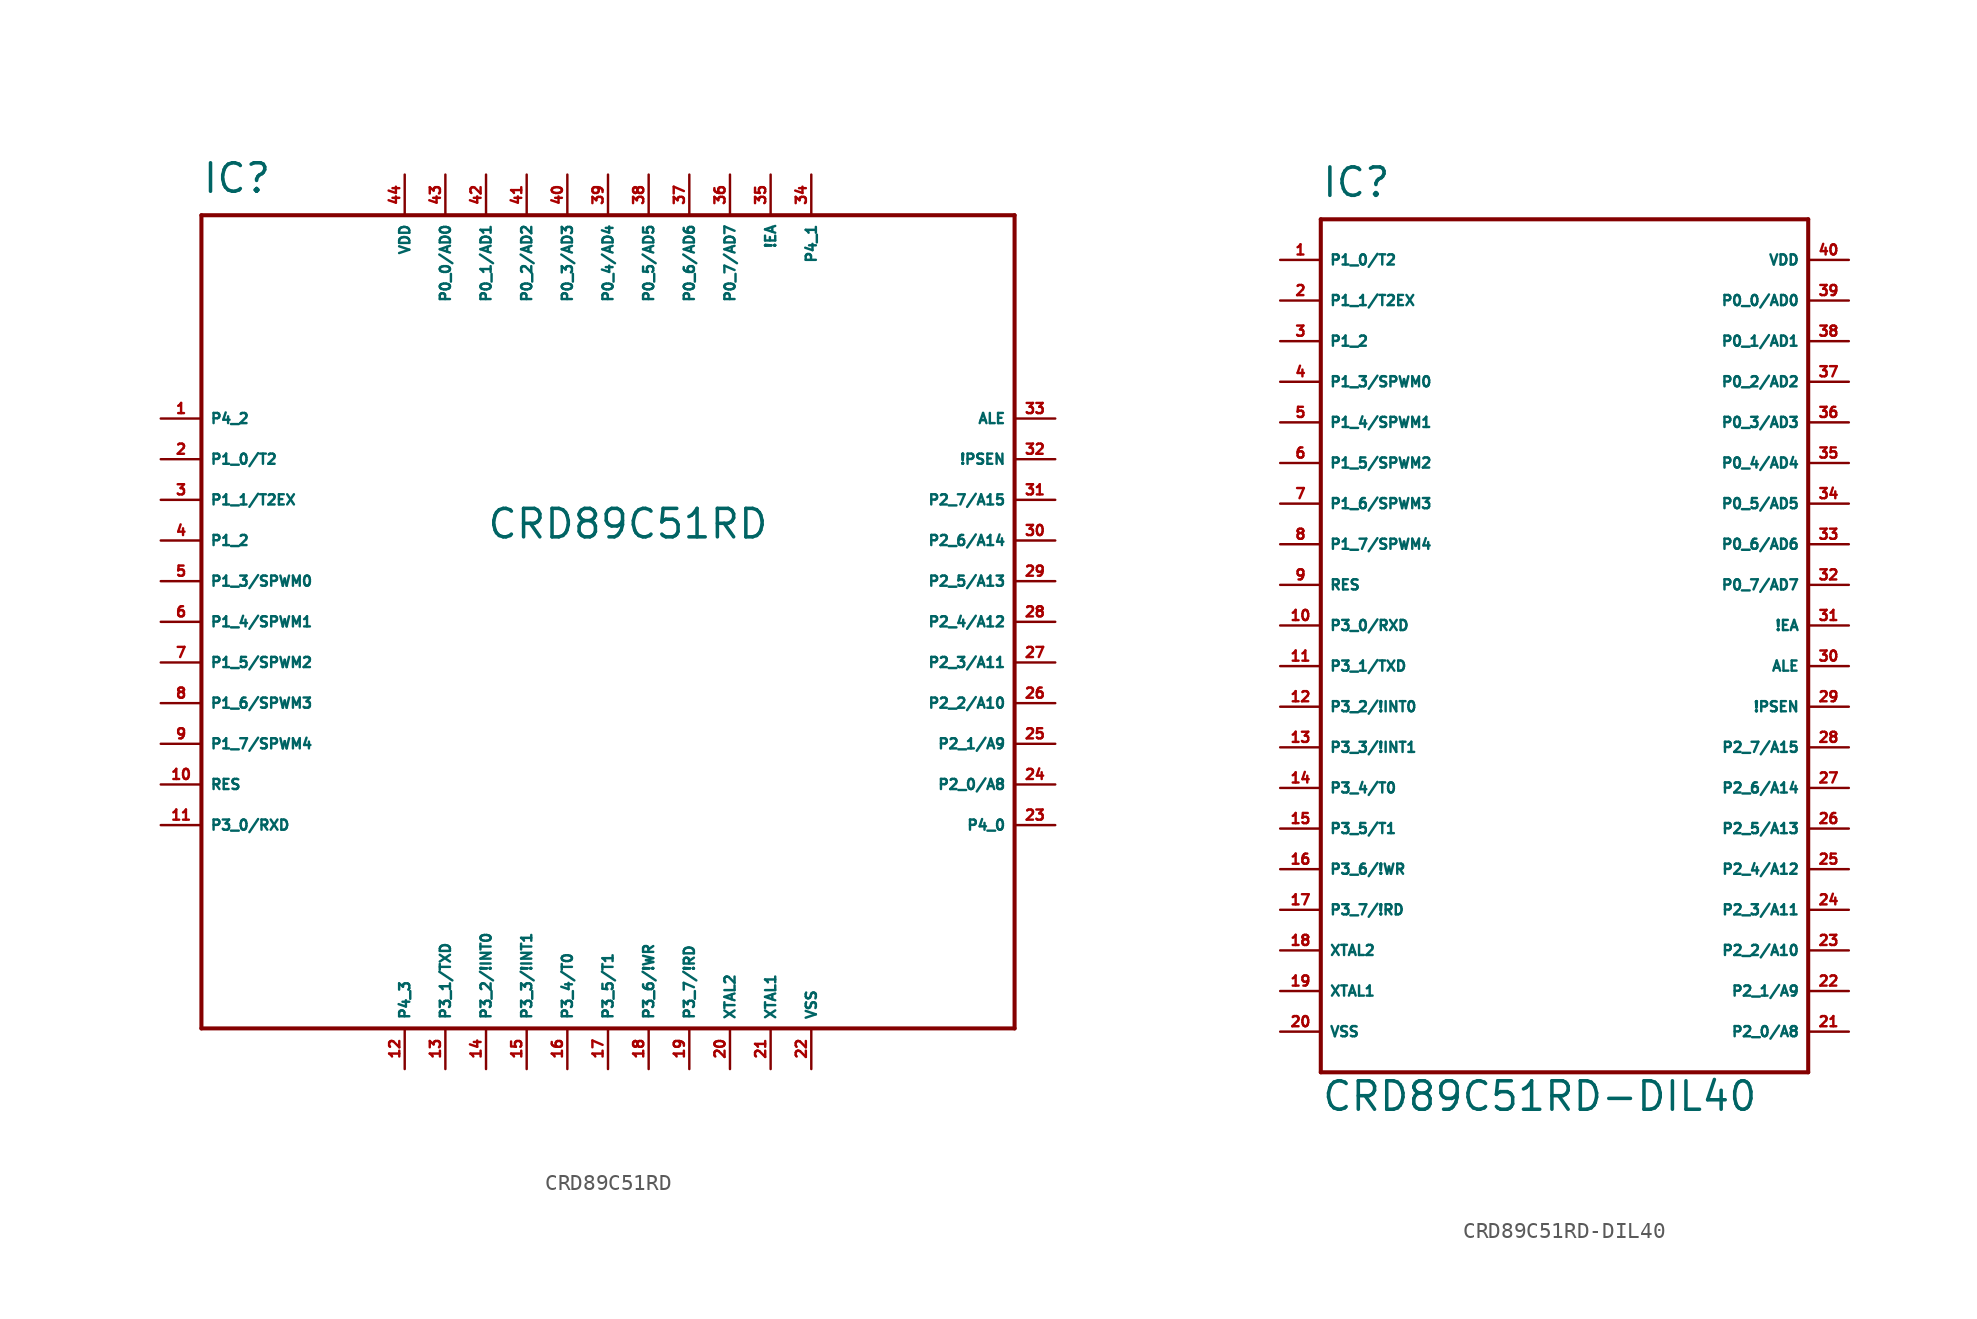
<source format=kicad_sym>
(kicad_symbol_lib
  (version 20220914)
  (generator Eagle2Kicad)
  (symbol "CRD89C51RD"
    (property "Reference" "IC"
      (at -25.4 26.67 0)
      (effects (font (size 1.778 1.778) (thickness 0.22)) (justify left bottom)))
    (property "Value" "CRD89C51RD"
      (at -7.62 5.08 0)
      (effects (font (size 1.778 1.778) (thickness 0.22)) (justify left bottom)))
    (polyline
      (pts (xy -25.4 -25.4) (xy 25.4 -25.4))
      (stroke (width 0.254) (type default))
      (fill (type none)))
    (polyline
      (pts (xy 25.4 -25.4) (xy 25.4 25.4))
      (stroke (width 0.254) (type default))
      (fill (type none)))
    (polyline
      (pts (xy 25.4 25.4) (xy -25.4 25.4))
      (stroke (width 0.254) (type default))
      (fill (type none)))
    (polyline
      (pts (xy -25.4 25.4) (xy -25.4 -25.4))
      (stroke (width 0.254) (type default))
      (fill (type none)))
    (pin bidirectional line
      (at -27.94 12.7 0)
      (length 2.54)
      (name "P4_2" (effects (font (size 0.635 0.635) (thickness 0.08)) (justify left bottom)))
      (number "1" (effects (font (size 0.635 0.635) (thickness 0.08)) (justify left bottom))))
    (pin bidirectional line
      (at -27.94 10.16 0)
      (length 2.54)
      (name "P1_0/T2" (effects (font (size 0.635 0.635) (thickness 0.08)) (justify left bottom)))
      (number "2" (effects (font (size 0.635 0.635) (thickness 0.08)) (justify left bottom))))
    (pin bidirectional line
      (at -27.94 7.62 0)
      (length 2.54)
      (name "P1_1/T2EX" (effects (font (size 0.635 0.635) (thickness 0.08)) (justify left bottom)))
      (number "3" (effects (font (size 0.635 0.635) (thickness 0.08)) (justify left bottom))))
    (pin bidirectional line
      (at -27.94 5.08 0)
      (length 2.54)
      (name "P1_2" (effects (font (size 0.635 0.635) (thickness 0.08)) (justify left bottom)))
      (number "4" (effects (font (size 0.635 0.635) (thickness 0.08)) (justify left bottom))))
    (pin bidirectional line
      (at -27.94 2.54 0)
      (length 2.54)
      (name "P1_3/SPWM0" (effects (font (size 0.635 0.635) (thickness 0.08)) (justify left bottom)))
      (number "5" (effects (font (size 0.635 0.635) (thickness 0.08)) (justify left bottom))))
    (pin bidirectional line
      (at -27.94 0 0)
      (length 2.54)
      (name "P1_4/SPWM1" (effects (font (size 0.635 0.635) (thickness 0.08)) (justify left bottom)))
      (number "6" (effects (font (size 0.635 0.635) (thickness 0.08)) (justify left bottom))))
    (pin bidirectional line
      (at -27.94 -2.54 0)
      (length 2.54)
      (name "P1_5/SPWM2" (effects (font (size 0.635 0.635) (thickness 0.08)) (justify left bottom)))
      (number "7" (effects (font (size 0.635 0.635) (thickness 0.08)) (justify left bottom))))
    (pin bidirectional line
      (at -27.94 -5.08 0)
      (length 2.54)
      (name "P1_6/SPWM3" (effects (font (size 0.635 0.635) (thickness 0.08)) (justify left bottom)))
      (number "8" (effects (font (size 0.635 0.635) (thickness 0.08)) (justify left bottom))))
    (pin bidirectional line
      (at -27.94 -7.62 0)
      (length 2.54)
      (name "P1_7/SPWM4" (effects (font (size 0.635 0.635) (thickness 0.08)) (justify left bottom)))
      (number "9" (effects (font (size 0.635 0.635) (thickness 0.08)) (justify left bottom))))
    (pin input line
      (at -27.94 -10.16 0)
      (length 2.54)
      (name "RES" (effects (font (size 0.635 0.635) (thickness 0.08)) (justify left bottom)))
      (number "10" (effects (font (size 0.635 0.635) (thickness 0.08)) (justify left bottom))))
    (pin bidirectional line
      (at -27.94 -12.7 0)
      (length 2.54)
      (name "P3_0/RXD" (effects (font (size 0.635 0.635) (thickness 0.08)) (justify left bottom)))
      (number "11" (effects (font (size 0.635 0.635) (thickness 0.08)) (justify left bottom))))
    (pin bidirectional line
      (at -12.7 -27.94 90)
      (length 2.54)
      (name "P4_3" (effects (font (size 0.635 0.635) (thickness 0.08)) (justify left bottom)))
      (number "12" (effects (font (size 0.635 0.635) (thickness 0.08)) (justify left bottom))))
    (pin bidirectional line
      (at -10.16 -27.94 90)
      (length 2.54)
      (name "P3_1/TXD" (effects (font (size 0.635 0.635) (thickness 0.08)) (justify left bottom)))
      (number "13" (effects (font (size 0.635 0.635) (thickness 0.08)) (justify left bottom))))
    (pin bidirectional line
      (at -7.62 -27.94 90)
      (length 2.54)
      (name "P3_2/!INT0" (effects (font (size 0.635 0.635) (thickness 0.08)) (justify left bottom)))
      (number "14" (effects (font (size 0.635 0.635) (thickness 0.08)) (justify left bottom))))
    (pin bidirectional line
      (at -5.08 -27.94 90)
      (length 2.54)
      (name "P3_3/!INT1" (effects (font (size 0.635 0.635) (thickness 0.08)) (justify left bottom)))
      (number "15" (effects (font (size 0.635 0.635) (thickness 0.08)) (justify left bottom))))
    (pin bidirectional line
      (at -2.54 -27.94 90)
      (length 2.54)
      (name "P3_4/T0" (effects (font (size 0.635 0.635) (thickness 0.08)) (justify left bottom)))
      (number "16" (effects (font (size 0.635 0.635) (thickness 0.08)) (justify left bottom))))
    (pin bidirectional line
      (at 0 -27.94 90)
      (length 2.54)
      (name "P3_5/T1" (effects (font (size 0.635 0.635) (thickness 0.08)) (justify left bottom)))
      (number "17" (effects (font (size 0.635 0.635) (thickness 0.08)) (justify left bottom))))
    (pin bidirectional line
      (at 2.54 -27.94 90)
      (length 2.54)
      (name "P3_6/!WR" (effects (font (size 0.635 0.635) (thickness 0.08)) (justify left bottom)))
      (number "18" (effects (font (size 0.635 0.635) (thickness 0.08)) (justify left bottom))))
    (pin bidirectional line
      (at 5.08 -27.94 90)
      (length 2.54)
      (name "P3_7/!RD" (effects (font (size 0.635 0.635) (thickness 0.08)) (justify left bottom)))
      (number "19" (effects (font (size 0.635 0.635) (thickness 0.08)) (justify left bottom))))
    (pin output line
      (at 7.62 -27.94 90)
      (length 2.54)
      (name "XTAL2" (effects (font (size 0.635 0.635) (thickness 0.08)) (justify left bottom)))
      (number "20" (effects (font (size 0.635 0.635) (thickness 0.08)) (justify left bottom))))
    (pin input line
      (at 10.16 -27.94 90)
      (length 2.54)
      (name "XTAL1" (effects (font (size 0.635 0.635) (thickness 0.08)) (justify left bottom)))
      (number "21" (effects (font (size 0.635 0.635) (thickness 0.08)) (justify left bottom))))
    (pin unspecified line
      (at 12.7 -27.94 90)
      (length 2.54)
      (name "VSS" (effects (font (size 0.635 0.635) (thickness 0.08)) (justify left bottom)))
      (number "22" (effects (font (size 0.635 0.635) (thickness 0.08)) (justify left bottom))))
    (pin bidirectional line
      (at 27.94 -12.7 180)
      (length 2.54)
      (name "P4_0" (effects (font (size 0.635 0.635) (thickness 0.08)) (justify left bottom)))
      (number "23" (effects (font (size 0.635 0.635) (thickness 0.08)) (justify left bottom))))
    (pin bidirectional line
      (at 27.94 -10.16 180)
      (length 2.54)
      (name "P2_0/A8" (effects (font (size 0.635 0.635) (thickness 0.08)) (justify left bottom)))
      (number "24" (effects (font (size 0.635 0.635) (thickness 0.08)) (justify left bottom))))
    (pin bidirectional line
      (at 27.94 -7.62 180)
      (length 2.54)
      (name "P2_1/A9" (effects (font (size 0.635 0.635) (thickness 0.08)) (justify left bottom)))
      (number "25" (effects (font (size 0.635 0.635) (thickness 0.08)) (justify left bottom))))
    (pin bidirectional line
      (at 27.94 -5.08 180)
      (length 2.54)
      (name "P2_2/A10" (effects (font (size 0.635 0.635) (thickness 0.08)) (justify left bottom)))
      (number "26" (effects (font (size 0.635 0.635) (thickness 0.08)) (justify left bottom))))
    (pin bidirectional line
      (at 27.94 -2.54 180)
      (length 2.54)
      (name "P2_3/A11" (effects (font (size 0.635 0.635) (thickness 0.08)) (justify left bottom)))
      (number "27" (effects (font (size 0.635 0.635) (thickness 0.08)) (justify left bottom))))
    (pin bidirectional line
      (at 27.94 0 180)
      (length 2.54)
      (name "P2_4/A12" (effects (font (size 0.635 0.635) (thickness 0.08)) (justify left bottom)))
      (number "28" (effects (font (size 0.635 0.635) (thickness 0.08)) (justify left bottom))))
    (pin bidirectional line
      (at 27.94 2.54 180)
      (length 2.54)
      (name "P2_5/A13" (effects (font (size 0.635 0.635) (thickness 0.08)) (justify left bottom)))
      (number "29" (effects (font (size 0.635 0.635) (thickness 0.08)) (justify left bottom))))
    (pin bidirectional line
      (at 27.94 5.08 180)
      (length 2.54)
      (name "P2_6/A14" (effects (font (size 0.635 0.635) (thickness 0.08)) (justify left bottom)))
      (number "30" (effects (font (size 0.635 0.635) (thickness 0.08)) (justify left bottom))))
    (pin bidirectional line
      (at 27.94 7.62 180)
      (length 2.54)
      (name "P2_7/A15" (effects (font (size 0.635 0.635) (thickness 0.08)) (justify left bottom)))
      (number "31" (effects (font (size 0.635 0.635) (thickness 0.08)) (justify left bottom))))
    (pin output line
      (at 27.94 10.16 180)
      (length 2.54)
      (name "!PSEN" (effects (font (size 0.635 0.635) (thickness 0.08)) (justify left bottom)))
      (number "32" (effects (font (size 0.635 0.635) (thickness 0.08)) (justify left bottom))))
    (pin output line
      (at 27.94 12.7 180)
      (length 2.54)
      (name "ALE" (effects (font (size 0.635 0.635) (thickness 0.08)) (justify left bottom)))
      (number "33" (effects (font (size 0.635 0.635) (thickness 0.08)) (justify left bottom))))
    (pin bidirectional line
      (at 12.7 27.94 270)
      (length 2.54)
      (name "P4_1" (effects (font (size 0.635 0.635) (thickness 0.08)) (justify left bottom)))
      (number "34" (effects (font (size 0.635 0.635) (thickness 0.08)) (justify left bottom))))
    (pin input line
      (at 10.16 27.94 270)
      (length 2.54)
      (name "!EA" (effects (font (size 0.635 0.635) (thickness 0.08)) (justify left bottom)))
      (number "35" (effects (font (size 0.635 0.635) (thickness 0.08)) (justify left bottom))))
    (pin bidirectional line
      (at 7.62 27.94 270)
      (length 2.54)
      (name "P0_7/AD7" (effects (font (size 0.635 0.635) (thickness 0.08)) (justify left bottom)))
      (number "36" (effects (font (size 0.635 0.635) (thickness 0.08)) (justify left bottom))))
    (pin bidirectional line
      (at 5.08 27.94 270)
      (length 2.54)
      (name "P0_6/AD6" (effects (font (size 0.635 0.635) (thickness 0.08)) (justify left bottom)))
      (number "37" (effects (font (size 0.635 0.635) (thickness 0.08)) (justify left bottom))))
    (pin bidirectional line
      (at 2.54 27.94 270)
      (length 2.54)
      (name "P0_5/AD5" (effects (font (size 0.635 0.635) (thickness 0.08)) (justify left bottom)))
      (number "38" (effects (font (size 0.635 0.635) (thickness 0.08)) (justify left bottom))))
    (pin bidirectional line
      (at 0 27.94 270)
      (length 2.54)
      (name "P0_4/AD4" (effects (font (size 0.635 0.635) (thickness 0.08)) (justify left bottom)))
      (number "39" (effects (font (size 0.635 0.635) (thickness 0.08)) (justify left bottom))))
    (pin bidirectional line
      (at -2.54 27.94 270)
      (length 2.54)
      (name "P0_3/AD3" (effects (font (size 0.635 0.635) (thickness 0.08)) (justify left bottom)))
      (number "40" (effects (font (size 0.635 0.635) (thickness 0.08)) (justify left bottom))))
    (pin bidirectional line
      (at -5.08 27.94 270)
      (length 2.54)
      (name "P0_2/AD2" (effects (font (size 0.635 0.635) (thickness 0.08)) (justify left bottom)))
      (number "41" (effects (font (size 0.635 0.635) (thickness 0.08)) (justify left bottom))))
    (pin bidirectional line
      (at -7.62 27.94 270)
      (length 2.54)
      (name "P0_1/AD1" (effects (font (size 0.635 0.635) (thickness 0.08)) (justify left bottom)))
      (number "42" (effects (font (size 0.635 0.635) (thickness 0.08)) (justify left bottom))))
    (pin bidirectional line
      (at -10.16 27.94 270)
      (length 2.54)
      (name "P0_0/AD0" (effects (font (size 0.635 0.635) (thickness 0.08)) (justify left bottom)))
      (number "43" (effects (font (size 0.635 0.635) (thickness 0.08)) (justify left bottom))))
    (pin unspecified line
      (at -12.7 27.94 270)
      (length 2.54)
      (name "VDD" (effects (font (size 0.635 0.635) (thickness 0.08)) (justify left bottom)))
      (number "44" (effects (font (size 0.635 0.635) (thickness 0.08)) (justify left bottom)))))
  (symbol "CRD89C51RD-DIL40"
    (property "Reference" "IC"
      (at -15.24 26.67 0)
      (effects (font (size 1.778 1.778) (thickness 0.22)) (justify left bottom)))
    (property "Value" "CRD89C51RD-DIL40"
      (at -15.24 -30.48 0)
      (effects (font (size 1.778 1.778) (thickness 0.22)) (justify left bottom)))
    (polyline
      (pts (xy -15.24 -27.94) (xy 15.24 -27.94))
      (stroke (width 0.254) (type default))
      (fill (type none)))
    (polyline
      (pts (xy 15.24 -27.94) (xy 15.24 25.4))
      (stroke (width 0.254) (type default))
      (fill (type none)))
    (polyline
      (pts (xy 15.24 25.4) (xy -15.24 25.4))
      (stroke (width 0.254) (type default))
      (fill (type none)))
    (polyline
      (pts (xy -15.24 25.4) (xy -15.24 -27.94))
      (stroke (width 0.254) (type default))
      (fill (type none)))
    (pin bidirectional line
      (at -17.78 22.86 0)
      (length 2.54)
      (name "P1_0/T2" (effects (font (size 0.635 0.635) (thickness 0.08)) (justify left bottom)))
      (number "1" (effects (font (size 0.635 0.635) (thickness 0.08)) (justify left bottom))))
    (pin bidirectional line
      (at -17.78 20.32 0)
      (length 2.54)
      (name "P1_1/T2EX" (effects (font (size 0.635 0.635) (thickness 0.08)) (justify left bottom)))
      (number "2" (effects (font (size 0.635 0.635) (thickness 0.08)) (justify left bottom))))
    (pin bidirectional line
      (at -17.78 17.78 0)
      (length 2.54)
      (name "P1_2" (effects (font (size 0.635 0.635) (thickness 0.08)) (justify left bottom)))
      (number "3" (effects (font (size 0.635 0.635) (thickness 0.08)) (justify left bottom))))
    (pin bidirectional line
      (at -17.78 15.24 0)
      (length 2.54)
      (name "P1_3/SPWM0" (effects (font (size 0.635 0.635) (thickness 0.08)) (justify left bottom)))
      (number "4" (effects (font (size 0.635 0.635) (thickness 0.08)) (justify left bottom))))
    (pin bidirectional line
      (at -17.78 12.7 0)
      (length 2.54)
      (name "P1_4/SPWM1" (effects (font (size 0.635 0.635) (thickness 0.08)) (justify left bottom)))
      (number "5" (effects (font (size 0.635 0.635) (thickness 0.08)) (justify left bottom))))
    (pin bidirectional line
      (at -17.78 10.16 0)
      (length 2.54)
      (name "P1_5/SPWM2" (effects (font (size 0.635 0.635) (thickness 0.08)) (justify left bottom)))
      (number "6" (effects (font (size 0.635 0.635) (thickness 0.08)) (justify left bottom))))
    (pin bidirectional line
      (at -17.78 7.62 0)
      (length 2.54)
      (name "P1_6/SPWM3" (effects (font (size 0.635 0.635) (thickness 0.08)) (justify left bottom)))
      (number "7" (effects (font (size 0.635 0.635) (thickness 0.08)) (justify left bottom))))
    (pin bidirectional line
      (at -17.78 5.08 0)
      (length 2.54)
      (name "P1_7/SPWM4" (effects (font (size 0.635 0.635) (thickness 0.08)) (justify left bottom)))
      (number "8" (effects (font (size 0.635 0.635) (thickness 0.08)) (justify left bottom))))
    (pin input line
      (at -17.78 2.54 0)
      (length 2.54)
      (name "RES" (effects (font (size 0.635 0.635) (thickness 0.08)) (justify left bottom)))
      (number "9" (effects (font (size 0.635 0.635) (thickness 0.08)) (justify left bottom))))
    (pin bidirectional line
      (at -17.78 0 0)
      (length 2.54)
      (name "P3_0/RXD" (effects (font (size 0.635 0.635) (thickness 0.08)) (justify left bottom)))
      (number "10" (effects (font (size 0.635 0.635) (thickness 0.08)) (justify left bottom))))
    (pin bidirectional line
      (at -17.78 -2.54 0)
      (length 2.54)
      (name "P3_1/TXD" (effects (font (size 0.635 0.635) (thickness 0.08)) (justify left bottom)))
      (number "11" (effects (font (size 0.635 0.635) (thickness 0.08)) (justify left bottom))))
    (pin bidirectional line
      (at -17.78 -5.08 0)
      (length 2.54)
      (name "P3_2/!INT0" (effects (font (size 0.635 0.635) (thickness 0.08)) (justify left bottom)))
      (number "12" (effects (font (size 0.635 0.635) (thickness 0.08)) (justify left bottom))))
    (pin bidirectional line
      (at -17.78 -7.62 0)
      (length 2.54)
      (name "P3_3/!INT1" (effects (font (size 0.635 0.635) (thickness 0.08)) (justify left bottom)))
      (number "13" (effects (font (size 0.635 0.635) (thickness 0.08)) (justify left bottom))))
    (pin bidirectional line
      (at -17.78 -10.16 0)
      (length 2.54)
      (name "P3_4/T0" (effects (font (size 0.635 0.635) (thickness 0.08)) (justify left bottom)))
      (number "14" (effects (font (size 0.635 0.635) (thickness 0.08)) (justify left bottom))))
    (pin bidirectional line
      (at -17.78 -12.7 0)
      (length 2.54)
      (name "P3_5/T1" (effects (font (size 0.635 0.635) (thickness 0.08)) (justify left bottom)))
      (number "15" (effects (font (size 0.635 0.635) (thickness 0.08)) (justify left bottom))))
    (pin bidirectional line
      (at -17.78 -15.24 0)
      (length 2.54)
      (name "P3_6/!WR" (effects (font (size 0.635 0.635) (thickness 0.08)) (justify left bottom)))
      (number "16" (effects (font (size 0.635 0.635) (thickness 0.08)) (justify left bottom))))
    (pin bidirectional line
      (at -17.78 -17.78 0)
      (length 2.54)
      (name "P3_7/!RD" (effects (font (size 0.635 0.635) (thickness 0.08)) (justify left bottom)))
      (number "17" (effects (font (size 0.635 0.635) (thickness 0.08)) (justify left bottom))))
    (pin output line
      (at -17.78 -20.32 0)
      (length 2.54)
      (name "XTAL2" (effects (font (size 0.635 0.635) (thickness 0.08)) (justify left bottom)))
      (number "18" (effects (font (size 0.635 0.635) (thickness 0.08)) (justify left bottom))))
    (pin input line
      (at -17.78 -22.86 0)
      (length 2.54)
      (name "XTAL1" (effects (font (size 0.635 0.635) (thickness 0.08)) (justify left bottom)))
      (number "19" (effects (font (size 0.635 0.635) (thickness 0.08)) (justify left bottom))))
    (pin unspecified line
      (at -17.78 -25.4 0)
      (length 2.54)
      (name "VSS" (effects (font (size 0.635 0.635) (thickness 0.08)) (justify left bottom)))
      (number "20" (effects (font (size 0.635 0.635) (thickness 0.08)) (justify left bottom))))
    (pin bidirectional line
      (at 17.78 -25.4 180)
      (length 2.54)
      (name "P2_0/A8" (effects (font (size 0.635 0.635) (thickness 0.08)) (justify left bottom)))
      (number "21" (effects (font (size 0.635 0.635) (thickness 0.08)) (justify left bottom))))
    (pin bidirectional line
      (at 17.78 -22.86 180)
      (length 2.54)
      (name "P2_1/A9" (effects (font (size 0.635 0.635) (thickness 0.08)) (justify left bottom)))
      (number "22" (effects (font (size 0.635 0.635) (thickness 0.08)) (justify left bottom))))
    (pin bidirectional line
      (at 17.78 -20.32 180)
      (length 2.54)
      (name "P2_2/A10" (effects (font (size 0.635 0.635) (thickness 0.08)) (justify left bottom)))
      (number "23" (effects (font (size 0.635 0.635) (thickness 0.08)) (justify left bottom))))
    (pin bidirectional line
      (at 17.78 -17.78 180)
      (length 2.54)
      (name "P2_3/A11" (effects (font (size 0.635 0.635) (thickness 0.08)) (justify left bottom)))
      (number "24" (effects (font (size 0.635 0.635) (thickness 0.08)) (justify left bottom))))
    (pin bidirectional line
      (at 17.78 -15.24 180)
      (length 2.54)
      (name "P2_4/A12" (effects (font (size 0.635 0.635) (thickness 0.08)) (justify left bottom)))
      (number "25" (effects (font (size 0.635 0.635) (thickness 0.08)) (justify left bottom))))
    (pin bidirectional line
      (at 17.78 -12.7 180)
      (length 2.54)
      (name "P2_5/A13" (effects (font (size 0.635 0.635) (thickness 0.08)) (justify left bottom)))
      (number "26" (effects (font (size 0.635 0.635) (thickness 0.08)) (justify left bottom))))
    (pin bidirectional line
      (at 17.78 -10.16 180)
      (length 2.54)
      (name "P2_6/A14" (effects (font (size 0.635 0.635) (thickness 0.08)) (justify left bottom)))
      (number "27" (effects (font (size 0.635 0.635) (thickness 0.08)) (justify left bottom))))
    (pin bidirectional line
      (at 17.78 -7.62 180)
      (length 2.54)
      (name "P2_7/A15" (effects (font (size 0.635 0.635) (thickness 0.08)) (justify left bottom)))
      (number "28" (effects (font (size 0.635 0.635) (thickness 0.08)) (justify left bottom))))
    (pin output line
      (at 17.78 -5.08 180)
      (length 2.54)
      (name "!PSEN" (effects (font (size 0.635 0.635) (thickness 0.08)) (justify left bottom)))
      (number "29" (effects (font (size 0.635 0.635) (thickness 0.08)) (justify left bottom))))
    (pin output line
      (at 17.78 -2.54 180)
      (length 2.54)
      (name "ALE" (effects (font (size 0.635 0.635) (thickness 0.08)) (justify left bottom)))
      (number "30" (effects (font (size 0.635 0.635) (thickness 0.08)) (justify left bottom))))
    (pin input line
      (at 17.78 0 180)
      (length 2.54)
      (name "!EA" (effects (font (size 0.635 0.635) (thickness 0.08)) (justify left bottom)))
      (number "31" (effects (font (size 0.635 0.635) (thickness 0.08)) (justify left bottom))))
    (pin bidirectional line
      (at 17.78 2.54 180)
      (length 2.54)
      (name "P0_7/AD7" (effects (font (size 0.635 0.635) (thickness 0.08)) (justify left bottom)))
      (number "32" (effects (font (size 0.635 0.635) (thickness 0.08)) (justify left bottom))))
    (pin bidirectional line
      (at 17.78 5.08 180)
      (length 2.54)
      (name "P0_6/AD6" (effects (font (size 0.635 0.635) (thickness 0.08)) (justify left bottom)))
      (number "33" (effects (font (size 0.635 0.635) (thickness 0.08)) (justify left bottom))))
    (pin bidirectional line
      (at 17.78 7.62 180)
      (length 2.54)
      (name "P0_5/AD5" (effects (font (size 0.635 0.635) (thickness 0.08)) (justify left bottom)))
      (number "34" (effects (font (size 0.635 0.635) (thickness 0.08)) (justify left bottom))))
    (pin bidirectional line
      (at 17.78 10.16 180)
      (length 2.54)
      (name "P0_4/AD4" (effects (font (size 0.635 0.635) (thickness 0.08)) (justify left bottom)))
      (number "35" (effects (font (size 0.635 0.635) (thickness 0.08)) (justify left bottom))))
    (pin bidirectional line
      (at 17.78 12.7 180)
      (length 2.54)
      (name "P0_3/AD3" (effects (font (size 0.635 0.635) (thickness 0.08)) (justify left bottom)))
      (number "36" (effects (font (size 0.635 0.635) (thickness 0.08)) (justify left bottom))))
    (pin bidirectional line
      (at 17.78 15.24 180)
      (length 2.54)
      (name "P0_2/AD2" (effects (font (size 0.635 0.635) (thickness 0.08)) (justify left bottom)))
      (number "37" (effects (font (size 0.635 0.635) (thickness 0.08)) (justify left bottom))))
    (pin bidirectional line
      (at 17.78 17.78 180)
      (length 2.54)
      (name "P0_1/AD1" (effects (font (size 0.635 0.635) (thickness 0.08)) (justify left bottom)))
      (number "38" (effects (font (size 0.635 0.635) (thickness 0.08)) (justify left bottom))))
    (pin bidirectional line
      (at 17.78 20.32 180)
      (length 2.54)
      (name "P0_0/AD0" (effects (font (size 0.635 0.635) (thickness 0.08)) (justify left bottom)))
      (number "39" (effects (font (size 0.635 0.635) (thickness 0.08)) (justify left bottom))))
    (pin unspecified line
      (at 17.78 22.86 180)
      (length 2.54)
      (name "VDD" (effects (font (size 0.635 0.635) (thickness 0.08)) (justify left bottom)))
      (number "40" (effects (font (size 0.635 0.635) (thickness 0.08)) (justify left bottom))))))
</source>
